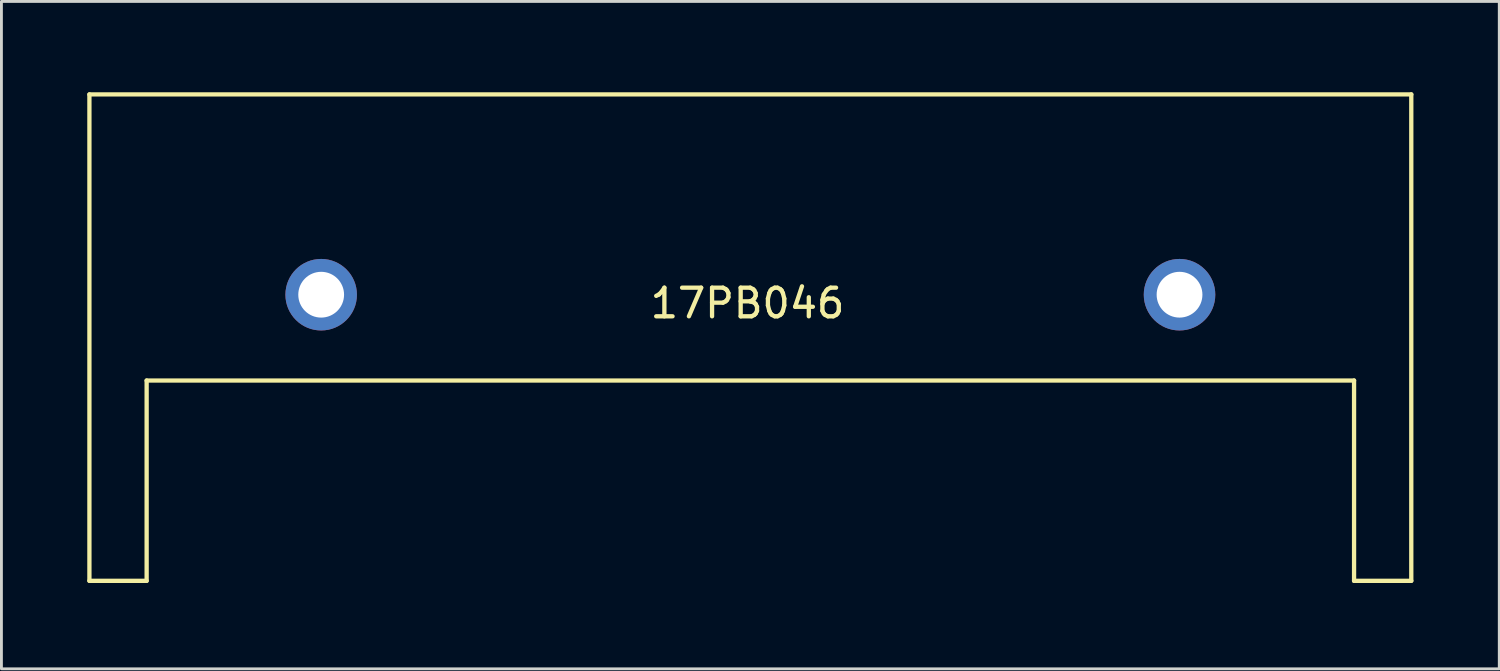
<source format=kicad_pcb>
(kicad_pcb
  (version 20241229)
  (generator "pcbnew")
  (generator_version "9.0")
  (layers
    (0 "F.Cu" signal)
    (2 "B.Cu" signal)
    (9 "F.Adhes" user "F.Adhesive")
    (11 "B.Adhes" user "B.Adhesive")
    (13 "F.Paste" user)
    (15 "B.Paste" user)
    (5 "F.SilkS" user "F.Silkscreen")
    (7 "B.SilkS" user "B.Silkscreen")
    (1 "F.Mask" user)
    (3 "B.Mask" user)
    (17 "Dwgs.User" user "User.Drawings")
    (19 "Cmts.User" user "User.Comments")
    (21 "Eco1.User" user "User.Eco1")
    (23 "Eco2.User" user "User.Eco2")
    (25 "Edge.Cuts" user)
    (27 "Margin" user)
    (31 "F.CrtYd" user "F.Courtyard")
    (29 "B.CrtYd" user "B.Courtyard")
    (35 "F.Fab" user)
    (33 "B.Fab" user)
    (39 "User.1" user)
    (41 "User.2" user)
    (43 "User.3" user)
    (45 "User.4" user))
  (footprint "17PB046"
    (layer "F.Cu")
    (at 23.175 0.25)
    (property "Reference" "17PB046" (at -0.1 7.3 0) (layer "F.SilkS") (effects (font (size 1 1) (thickness 0.15))))
    (attr through_hole)
    (fp_line (start -23.1 0) (end -23.1 17) (stroke (width 0.15) (type solid)) (layer "F.SilkS"))
    (fp_line (start -23.1 17) (end -21.1 17) (stroke (width 0.15) (type solid)) (layer "F.SilkS"))
    (fp_line (start -21.1 10) (end 21.1 10) (stroke (width 0.15) (type solid)) (layer "F.SilkS"))
    (fp_line (start -21.1 17) (end -21.1 10) (stroke (width 0.15) (type solid)) (layer "F.SilkS"))
    (fp_line (start 21.1 10) (end 21.1 17) (stroke (width 0.15) (type solid)) (layer "F.SilkS"))
    (fp_line (start 21.1 17) (end 23.1 17) (stroke (width 0.15) (type solid)) (layer "F.SilkS"))
    (fp_line (start 23.1 0) (end -23.1 0) (stroke (width 0.15) (type solid)) (layer "F.SilkS"))
    (fp_line (start 23.1 17) (end 23.1 0) (stroke (width 0.15) (type solid)) (layer "F.SilkS"))
    (pad "1" thru_hole circle (at 15 7) (size 2.5 2.5) (drill 1.6) (layers "*.Cu" "*.Mask"))
    (pad "2" thru_hole circle (at -15 7) (size 2.5 2.5) (drill 1.6) (layers "*.Cu" "*.Mask")))
  (gr_rect
    (start -3 -3)
    (end 49.35 20.325)
    (stroke (width 0.1) (type default))
    (fill no)
    (layer "Edge.Cuts")))
</source>
